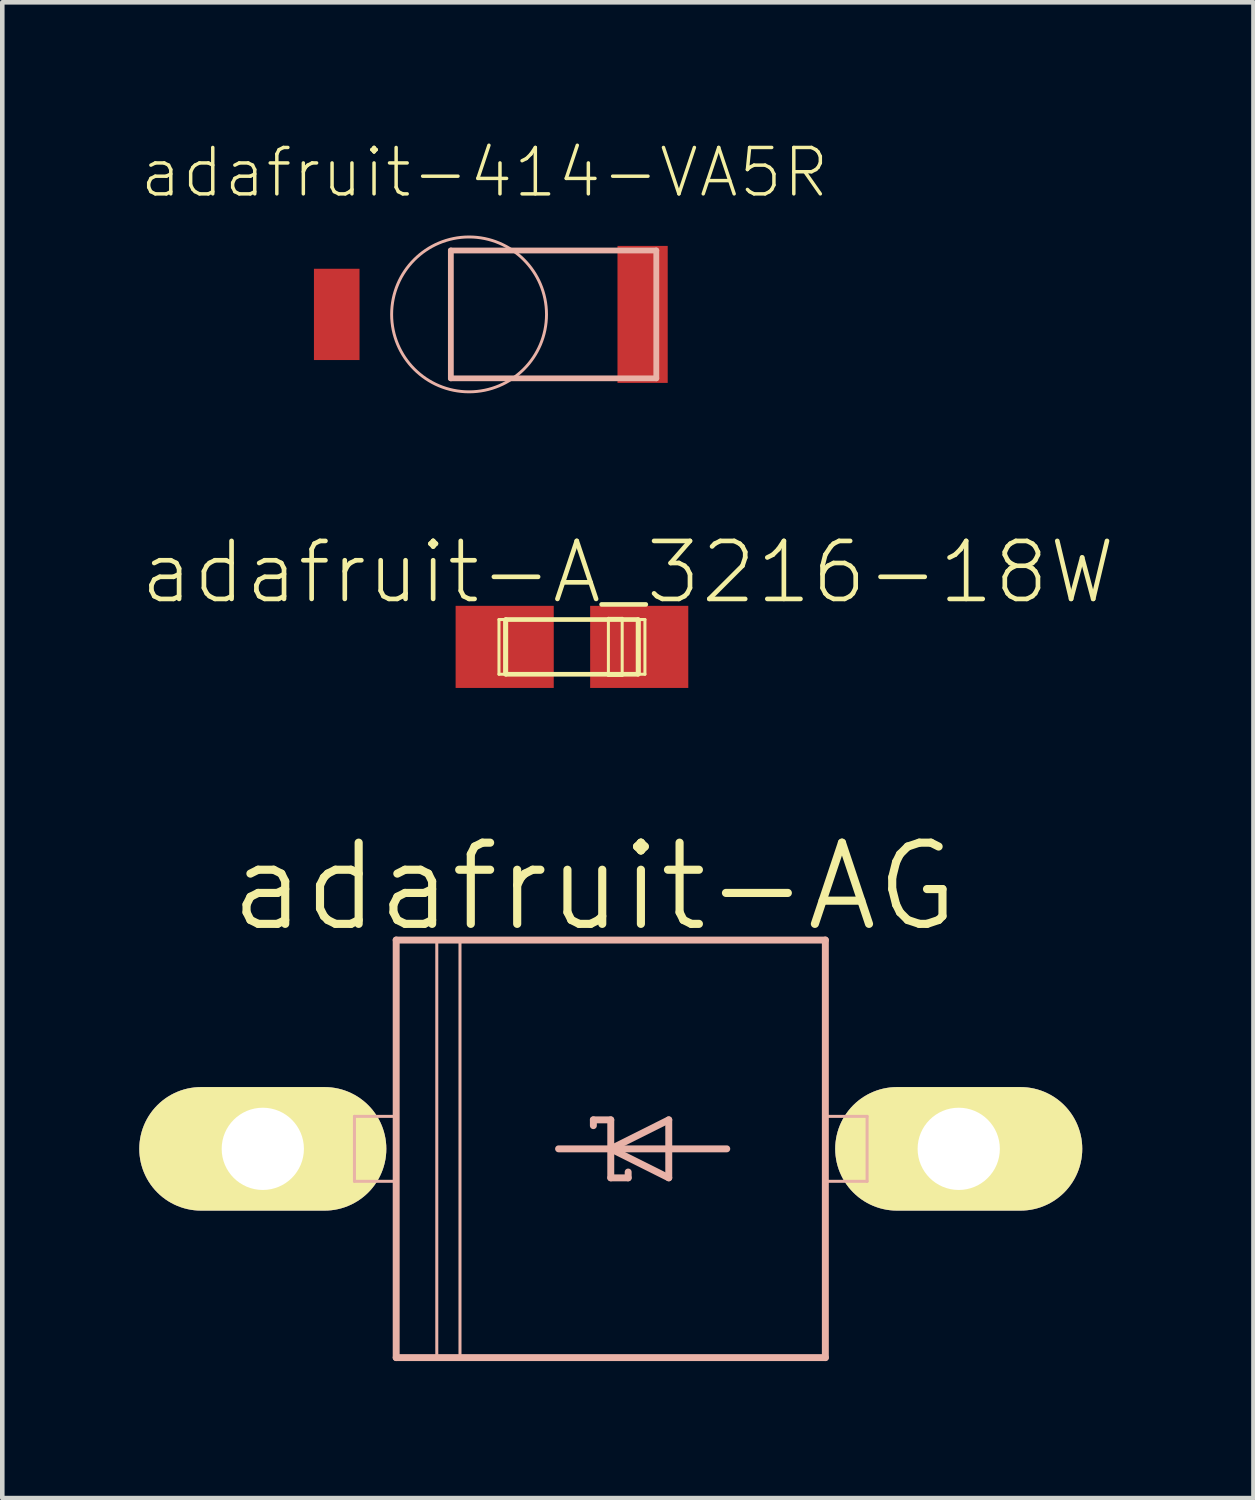
<source format=kicad_pcb>
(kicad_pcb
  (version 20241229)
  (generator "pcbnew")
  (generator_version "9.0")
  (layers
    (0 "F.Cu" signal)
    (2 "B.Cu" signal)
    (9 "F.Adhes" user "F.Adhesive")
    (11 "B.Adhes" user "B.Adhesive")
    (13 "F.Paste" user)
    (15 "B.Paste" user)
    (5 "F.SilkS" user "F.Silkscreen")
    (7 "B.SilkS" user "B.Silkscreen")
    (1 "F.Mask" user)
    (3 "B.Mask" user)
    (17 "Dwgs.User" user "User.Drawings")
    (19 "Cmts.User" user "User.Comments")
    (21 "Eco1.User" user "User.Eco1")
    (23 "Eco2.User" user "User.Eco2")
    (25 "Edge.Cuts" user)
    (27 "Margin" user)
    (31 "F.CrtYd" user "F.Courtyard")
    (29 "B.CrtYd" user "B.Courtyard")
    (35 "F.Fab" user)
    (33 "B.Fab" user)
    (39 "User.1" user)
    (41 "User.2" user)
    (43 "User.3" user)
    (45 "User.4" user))
  (footprint "adafruit-A_3216-18W"
    (layer "F.Cu")
    (at 9.475 11.116)
    (property "Reference" "adafruit-A_3216-18W" (at 1.224 -1.633 0) (layer "F.SilkS") (effects (font (size 1.27 1.27) (thickness 0.102))))
    (attr smd)
    (fp_line (start -1.598 -0.599) (end -1.473 -0.599) (stroke (width 0.066) (type solid)) (layer "F.SilkS"))
    (fp_line (start -1.598 0.599) (end -1.598 -0.599) (stroke (width 0.066) (type solid)) (layer "F.SilkS"))
    (fp_line (start -1.598 0.599) (end -1.473 0.599) (stroke (width 0.066) (type solid)) (layer "F.SilkS"))
    (fp_line (start -1.473 0.599) (end -1.473 -0.599) (stroke (width 0.066) (type solid)) (layer "F.SilkS"))
    (fp_line (start -1.448 -0.599) (end 1.448 -0.599) (stroke (width 0.102) (type solid)) (layer "F.SilkS"))
    (fp_line (start -1.448 0.599) (end -1.448 -0.599) (stroke (width 0.102) (type solid)) (layer "F.SilkS"))
    (fp_line (start 0.798 -0.625) (end 1.1 -0.625) (stroke (width 0.066) (type solid)) (layer "F.SilkS"))
    (fp_line (start 0.798 0.625) (end 0.798 -0.625) (stroke (width 0.066) (type solid)) (layer "F.SilkS"))
    (fp_line (start 0.798 0.625) (end 1.1 0.625) (stroke (width 0.066) (type solid)) (layer "F.SilkS"))
    (fp_line (start 1.1 0.625) (end 1.1 -0.625) (stroke (width 0.066) (type solid)) (layer "F.SilkS"))
    (fp_line (start 1.448 -0.599) (end 1.448 0.599) (stroke (width 0.102) (type solid)) (layer "F.SilkS"))
    (fp_line (start 1.448 0.599) (end -1.448 0.599) (stroke (width 0.102) (type solid)) (layer "F.SilkS"))
    (fp_line (start 1.473 -0.599) (end 1.598 -0.599) (stroke (width 0.066) (type solid)) (layer "F.SilkS"))
    (fp_line (start 1.473 0.599) (end 1.473 -0.599) (stroke (width 0.066) (type solid)) (layer "F.SilkS"))
    (fp_line (start 1.473 0.599) (end 1.598 0.599) (stroke (width 0.066) (type solid)) (layer "F.SilkS"))
    (fp_line (start 1.598 0.599) (end 1.598 -0.599) (stroke (width 0.066) (type solid)) (layer "F.SilkS"))
    (pad "+" smd rect (at 1.473 0) (size 2.149 1.798) (layers "F.Cu" "F.Mask" "F.Paste"))
    (pad "-" smd rect (at -1.473 0) (size 2.149 1.798) (layers "F.Cu" "F.Mask" "F.Paste")))
  (footprint "adafruit-414-VA5R"
    (layer "F.Cu")
    (at 7.222 3.835)
    (property "Reference" "adafruit-414-VA5R" (at 0.338 -3.106 0) (layer "F.SilkS") (effects (font (size 1.016 1.016) (thickness 0.076))))
    (attr smd)
    (fp_line (start -0.399 -1.4) (end 4.1 -1.4) (stroke (width 0.127) (type solid)) (layer "B.SilkS"))
    (fp_line (start -0.399 1.4) (end -0.399 -1.4) (stroke (width 0.127) (type solid)) (layer "B.SilkS"))
    (fp_line (start 4.1 -1.4) (end 4.1 1.4) (stroke (width 0.127) (type solid)) (layer "B.SilkS"))
    (fp_line (start 4.1 1.4) (end -0.399 1.4) (stroke (width 0.127) (type solid)) (layer "B.SilkS"))
    (fp_circle (center 0 0) (end -1.199 1.199) (stroke (width 0.064) (type solid)) (fill no) (layer "B.SilkS"))
    (pad "+" smd rect (at -2.898 0 90) (size 1.999 0.998) (layers "F.Cu" "F.Mask" "F.Paste"))
    (pad "-" smd rect (at 3.8 0 90) (size 3 1.1) (layers "F.Cu" "F.Mask" "F.Paste")))
  (footprint "adafruit-AG"
    (layer "F.Cu")
    (at 10.325 22.108)
    (property "Reference" "adafruit-AG" (at -0.356 -5.74 0) (layer "F.SilkS") (effects (font (size 1.778 1.778) (thickness 0.178))))
    (attr exclude_from_pos_files exclude_from_bom)
    (fp_line (start -7.62 0) (end -5.842 0) (stroke (width 1.473) (type solid)) (layer "F.SilkS"))
    (fp_line (start 7.62 0) (end 5.842 0) (stroke (width 1.473) (type solid)) (layer "F.SilkS"))
    (fp_line (start -5.613 -0.711) (end -4.699 -0.711) (stroke (width 0.066) (type solid)) (layer "B.SilkS"))
    (fp_line (start -5.613 0.711) (end -5.613 -0.711) (stroke (width 0.066) (type solid)) (layer "B.SilkS"))
    (fp_line (start -5.613 0.711) (end -4.699 0.711) (stroke (width 0.066) (type solid)) (layer "B.SilkS"))
    (fp_line (start -4.699 -4.572) (end 4.699 -4.572) (stroke (width 0.152) (type solid)) (layer "B.SilkS"))
    (fp_line (start -4.699 0.711) (end -4.699 -0.711) (stroke (width 0.066) (type solid)) (layer "B.SilkS"))
    (fp_line (start -4.699 4.572) (end -4.699 -4.572) (stroke (width 0.152) (type solid)) (layer "B.SilkS"))
    (fp_line (start -3.81 -4.572) (end -3.302 -4.572) (stroke (width 0.066) (type solid)) (layer "B.SilkS"))
    (fp_line (start -3.81 4.572) (end -3.81 -4.572) (stroke (width 0.066) (type solid)) (layer "B.SilkS"))
    (fp_line (start -3.81 4.572) (end -3.302 4.572) (stroke (width 0.066) (type solid)) (layer "B.SilkS"))
    (fp_line (start -3.302 4.572) (end -3.302 -4.572) (stroke (width 0.066) (type solid)) (layer "B.SilkS"))
    (fp_line (start -1.143 0) (end 0 0) (stroke (width 0.152) (type solid)) (layer "B.SilkS"))
    (fp_line (start -0.381 -0.635) (end 0 -0.635) (stroke (width 0.152) (type solid)) (layer "B.SilkS"))
    (fp_line (start -0.381 -0.508) (end -0.381 -0.635) (stroke (width 0.152) (type solid)) (layer "B.SilkS"))
    (fp_line (start 0 -0.635) (end 0 0) (stroke (width 0.152) (type solid)) (layer "B.SilkS"))
    (fp_line (start 0 0) (end 1.27 -0.635) (stroke (width 0.152) (type solid)) (layer "B.SilkS"))
    (fp_line (start 0 0) (end 2.54 0) (stroke (width 0.152) (type solid)) (layer "B.SilkS"))
    (fp_line (start 0 0.635) (end 0 0) (stroke (width 0.152) (type solid)) (layer "B.SilkS"))
    (fp_line (start 0.381 0.508) (end 0.381 0.635) (stroke (width 0.152) (type solid)) (layer "B.SilkS"))
    (fp_line (start 0.381 0.635) (end 0 0.635) (stroke (width 0.152) (type solid)) (layer "B.SilkS"))
    (fp_line (start 1.27 -0.635) (end 1.27 0.635) (stroke (width 0.152) (type solid)) (layer "B.SilkS"))
    (fp_line (start 1.27 0.635) (end 0 0) (stroke (width 0.152) (type solid)) (layer "B.SilkS"))
    (fp_line (start 4.699 -4.572) (end 4.699 4.572) (stroke (width 0.152) (type solid)) (layer "B.SilkS"))
    (fp_line (start 4.699 -0.711) (end 5.613 -0.711) (stroke (width 0.066) (type solid)) (layer "B.SilkS"))
    (fp_line (start 4.699 0.711) (end 4.699 -0.711) (stroke (width 0.066) (type solid)) (layer "B.SilkS"))
    (fp_line (start 4.699 0.711) (end 5.613 0.711) (stroke (width 0.066) (type solid)) (layer "B.SilkS"))
    (fp_line (start 4.699 4.572) (end -4.699 4.572) (stroke (width 0.152) (type solid)) (layer "B.SilkS"))
    (fp_line (start 5.613 0.711) (end 5.613 -0.711) (stroke (width 0.066) (type solid)) (layer "B.SilkS"))
    (pad "A" thru_hole oval (at 7.62 0 90) (size 2.705 5.41) (drill 1.801) (layers "*.Cu" "F.Mask" "F.SilkS" "F.Paste"))
    (pad "C" thru_hole oval (at -7.62 0 90) (size 2.705 5.41) (drill 1.801) (layers "*.Cu" "F.Mask" "F.SilkS" "F.Paste")))
  (gr_rect
    (start -3 -3)
    (end 24.399 29.756)
    (stroke (width 0.1) (type default))
    (fill no)
    (layer "Edge.Cuts")))
</source>
